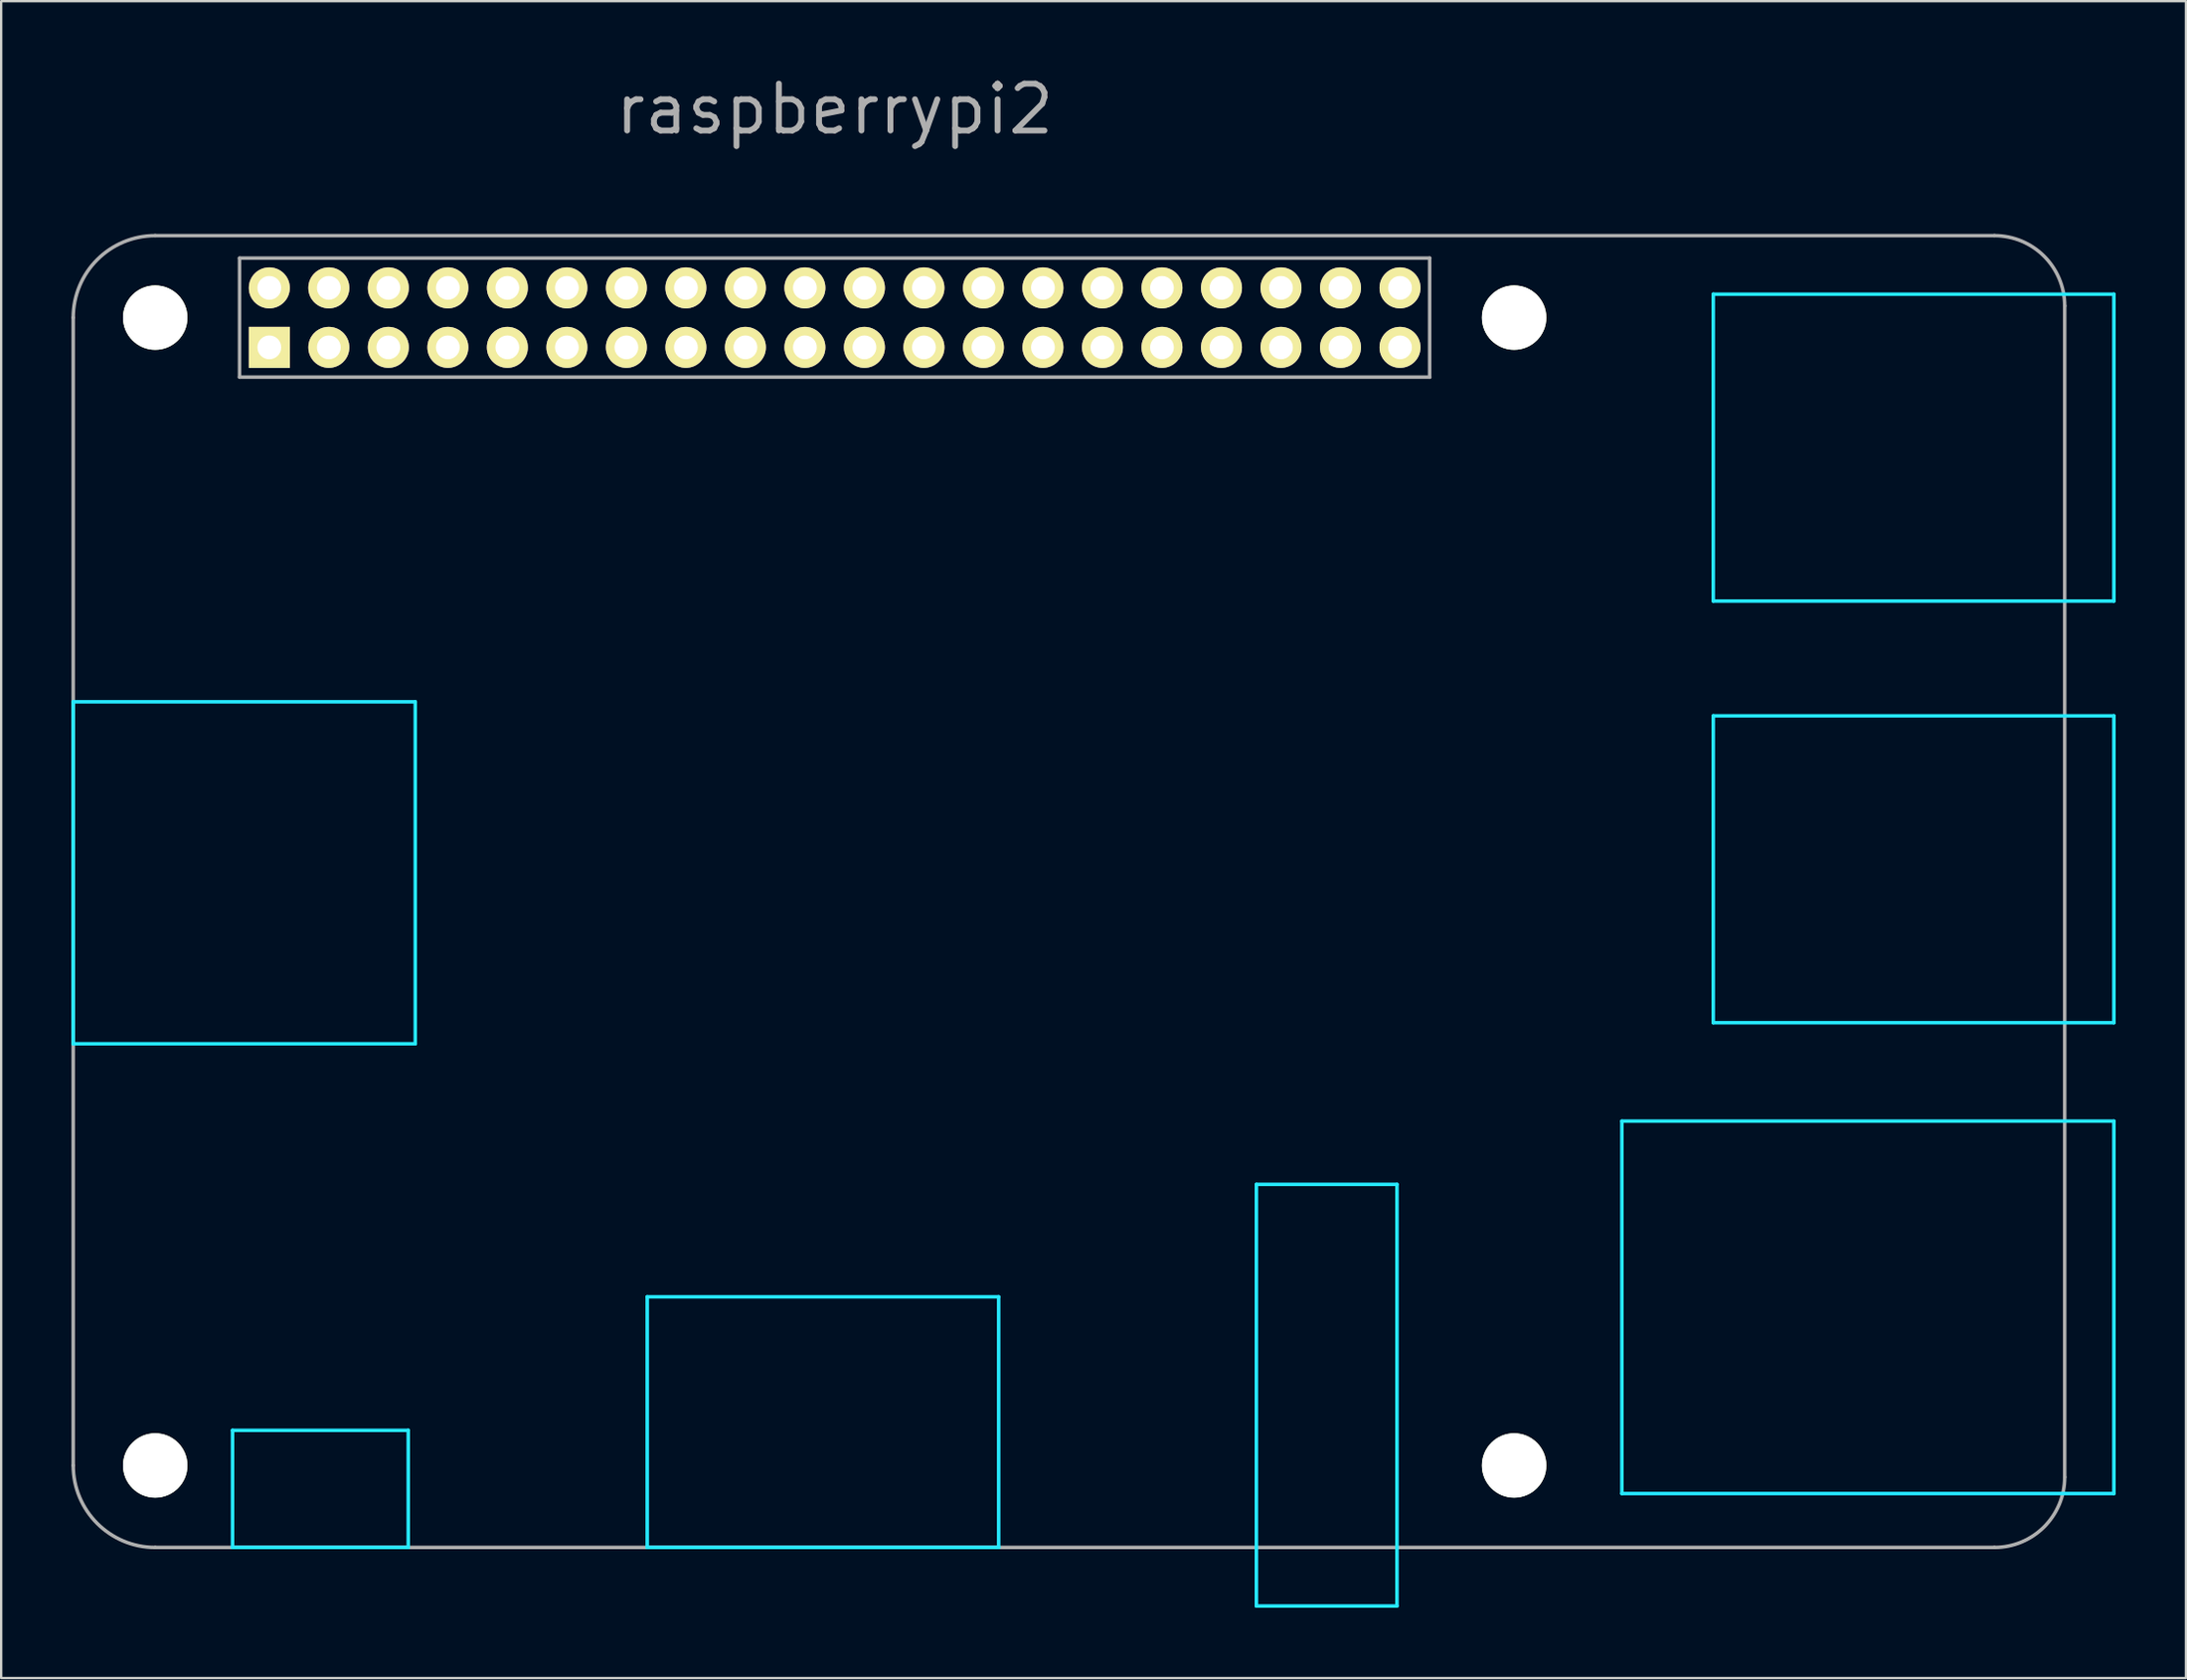
<source format=kicad_pcb>
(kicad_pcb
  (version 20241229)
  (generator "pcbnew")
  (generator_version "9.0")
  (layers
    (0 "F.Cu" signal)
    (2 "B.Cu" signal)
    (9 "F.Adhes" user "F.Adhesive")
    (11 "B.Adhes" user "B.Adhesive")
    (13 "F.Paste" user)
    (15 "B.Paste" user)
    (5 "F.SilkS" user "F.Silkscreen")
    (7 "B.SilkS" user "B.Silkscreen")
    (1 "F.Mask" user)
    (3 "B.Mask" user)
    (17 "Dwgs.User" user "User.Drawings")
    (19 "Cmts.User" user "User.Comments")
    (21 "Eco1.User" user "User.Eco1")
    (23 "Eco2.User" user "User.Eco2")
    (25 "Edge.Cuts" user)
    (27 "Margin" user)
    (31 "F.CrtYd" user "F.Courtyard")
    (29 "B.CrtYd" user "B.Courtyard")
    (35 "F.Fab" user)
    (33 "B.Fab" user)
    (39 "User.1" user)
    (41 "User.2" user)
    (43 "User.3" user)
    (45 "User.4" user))
  (footprint "raspberrypi2"
    (layer "F.Cu")
    (at 32.575 10.509)
    (property "Reference" "raspberrypi2" (at 0 -8.9 0) (layer "F.Fab") (effects (font (size 2 2) (thickness 0.25))))
    (attr through_hole)
    (fp_line (start -32.5 16.4) (end -32.5 31) (stroke (width 0.15) (type solid)) (layer "B.CrtYd"))
    (fp_line (start -25.7 52.5) (end -25.7 47.5) (stroke (width 0.15) (type solid)) (layer "B.CrtYd"))
    (fp_line (start -18.2 47.5) (end -25.7 47.5) (stroke (width 0.15) (type solid)) (layer "B.CrtYd"))
    (fp_line (start -18.2 52.5) (end -25.7 52.5) (stroke (width 0.15) (type solid)) (layer "B.CrtYd"))
    (fp_line (start -18.2 52.5) (end -18.2 47.5) (stroke (width 0.15) (type solid)) (layer "B.CrtYd"))
    (fp_line (start -17.9 16.4) (end -32.5 16.4) (stroke (width 0.15) (type solid)) (layer "B.CrtYd"))
    (fp_line (start -17.9 16.4) (end -17.9 31) (stroke (width 0.15) (type solid)) (layer "B.CrtYd"))
    (fp_line (start -17.9 31) (end -32.5 31) (stroke (width 0.15) (type solid)) (layer "B.CrtYd"))
    (fp_line (start -8 41.8) (end -8 52.5) (stroke (width 0.15) (type solid)) (layer "B.CrtYd"))
    (fp_line (start -8 41.8) (end 7 41.8) (stroke (width 0.15) (type solid)) (layer "B.CrtYd"))
    (fp_line (start 7 52.5) (end -8 52.5) (stroke (width 0.15) (type solid)) (layer "B.CrtYd"))
    (fp_line (start 7 52.5) (end 7 41.8) (stroke (width 0.15) (type solid)) (layer "B.CrtYd"))
    (fp_line (start 18 37) (end 18 55) (stroke (width 0.15) (type solid)) (layer "B.CrtYd"))
    (fp_line (start 18 55) (end 24 55) (stroke (width 0.15) (type solid)) (layer "B.CrtYd"))
    (fp_line (start 24 37) (end 18 37) (stroke (width 0.15) (type solid)) (layer "B.CrtYd"))
    (fp_line (start 24 55) (end 24 37) (stroke (width 0.15) (type solid)) (layer "B.CrtYd"))
    (fp_line (start 33.6 34.3) (end 54.6 34.3) (stroke (width 0.15) (type solid)) (layer "B.CrtYd"))
    (fp_line (start 33.6 50.2) (end 33.6 34.3) (stroke (width 0.15) (type solid)) (layer "B.CrtYd"))
    (fp_line (start 37.5 -1) (end 37.5 12.1) (stroke (width 0.15) (type solid)) (layer "B.CrtYd"))
    (fp_line (start 37.5 -1) (end 54.6 -1) (stroke (width 0.15) (type solid)) (layer "B.CrtYd"))
    (fp_line (start 37.5 17) (end 54.6 17) (stroke (width 0.15) (type solid)) (layer "B.CrtYd"))
    (fp_line (start 37.5 30.1) (end 37.5 17) (stroke (width 0.15) (type solid)) (layer "B.CrtYd"))
    (fp_line (start 54.6 12.1) (end 37.5 12.1) (stroke (width 0.15) (type solid)) (layer "B.CrtYd"))
    (fp_line (start 54.6 12.1) (end 54.6 -1) (stroke (width 0.15) (type solid)) (layer "B.CrtYd"))
    (fp_line (start 54.6 30.1) (end 37.5 30.1) (stroke (width 0.15) (type solid)) (layer "B.CrtYd"))
    (fp_line (start 54.6 30.1) (end 54.6 17) (stroke (width 0.15) (type solid)) (layer "B.CrtYd"))
    (fp_line (start 54.6 50.2) (end 33.6 50.2) (stroke (width 0.15) (type solid)) (layer "B.CrtYd"))
    (fp_line (start 54.6 50.2) (end 54.6 34.3) (stroke (width 0.15) (type solid)) (layer "B.CrtYd"))
    (fp_line (start -32.5 49) (end -32.5 0) (stroke (width 0.15) (type solid)) (layer "F.Fab"))
    (fp_line (start -29 52.5) (end 49.5 52.5) (stroke (width 0.15) (type solid)) (layer "F.Fab"))
    (fp_line (start -25.4 -2.54) (end -25.4 2.54) (stroke (width 0.15) (type solid)) (layer "F.Fab"))
    (fp_line (start -25.4 -2.54) (end 25.4 -2.54) (stroke (width 0.15) (type solid)) (layer "F.Fab"))
    (fp_line (start 25.395 2.54) (end 25.395 -2.54) (stroke (width 0.15) (type solid)) (layer "F.Fab"))
    (fp_line (start 25.4 2.54) (end -25.4 2.54) (stroke (width 0.15) (type solid)) (layer "F.Fab"))
    (fp_line (start 49.5 -3.5) (end -29 -3.5) (stroke (width 0.15) (type solid)) (layer "F.Fab"))
    (fp_line (start 52.5 49.5) (end 52.5 -0.5) (stroke (width 0.15) (type solid)) (layer "F.Fab"))
    (fp_arc (start -32.5 0) (mid -31.474874 -2.474874) (end -29 -3.5) (stroke (width 0.15) (type solid)) (layer "F.Fab"))
    (fp_arc (start -29 52.5) (mid -31.474874 51.474874) (end -32.5 49) (stroke (width 0.15) (type solid)) (layer "F.Fab"))
    (fp_arc (start 49.5 -3.5) (mid 51.62132 -2.62132) (end 52.5 -0.5) (stroke (width 0.15) (type solid)) (layer "F.Fab"))
    (fp_arc (start 52.5 49.5) (mid 51.62132 51.62132) (end 49.5 52.5) (stroke (width 0.15) (type solid)) (layer "F.Fab"))
    (pad "" np_thru_hole circle (at -29 0) (size 2.75 2.75) (drill 2.75) (layers "*.Cu" "*.Mask" "F.SilkS"))
    (pad "" np_thru_hole circle (at -29 49) (size 2.75 2.75) (drill 2.75) (layers "*.Cu" "*.Mask" "F.SilkS"))
    (pad "" np_thru_hole circle (at 29 0) (size 2.75 2.75) (drill 2.75) (layers "*.Cu" "*.Mask" "F.SilkS"))
    (pad "" np_thru_hole circle (at 29 49) (size 2.75 2.75) (drill 2.75) (layers "*.Cu" "*.Mask" "F.SilkS"))
    (pad "1" thru_hole rect (at -24.13 1.27) (size 1.75 1.75) (drill 1.016) (layers "*.Cu" "*.Mask" "F.SilkS"))
    (pad "2" thru_hole circle (at -24.13 -1.27) (size 1.75 1.75) (drill 1.016) (layers "*.Cu" "*.Mask" "F.SilkS"))
    (pad "3" thru_hole circle (at -21.59 1.27) (size 1.75 1.75) (drill 1.016) (layers "*.Cu" "*.Mask" "F.SilkS"))
    (pad "4" thru_hole circle (at -21.59 -1.27) (size 1.75 1.75) (drill 1.016) (layers "*.Cu" "*.Mask" "F.SilkS"))
    (pad "5" thru_hole circle (at -19.05 1.27) (size 1.75 1.75) (drill 1.016) (layers "*.Cu" "*.Mask" "F.SilkS"))
    (pad "6" thru_hole circle (at -19.05 -1.27) (size 1.75 1.75) (drill 1.016) (layers "*.Cu" "*.Mask" "F.SilkS"))
    (pad "7" thru_hole circle (at -16.51 1.27) (size 1.75 1.75) (drill 1.016) (layers "*.Cu" "*.Mask" "F.SilkS"))
    (pad "8" thru_hole circle (at -16.51 -1.27) (size 1.75 1.75) (drill 1.016) (layers "*.Cu" "*.Mask" "F.SilkS"))
    (pad "9" thru_hole circle (at -13.97 1.27) (size 1.75 1.75) (drill 1.016) (layers "*.Cu" "*.Mask" "F.SilkS"))
    (pad "10" thru_hole circle (at -13.97 -1.27) (size 1.75 1.75) (drill 1.016) (layers "*.Cu" "*.Mask" "F.SilkS"))
    (pad "11" thru_hole circle (at -11.43 1.27) (size 1.75 1.75) (drill 1.016) (layers "*.Cu" "*.Mask" "F.SilkS"))
    (pad "12" thru_hole circle (at -11.43 -1.27) (size 1.75 1.75) (drill 1.016) (layers "*.Cu" "*.Mask" "F.SilkS"))
    (pad "13" thru_hole circle (at -8.89 1.27) (size 1.75 1.75) (drill 1.016) (layers "*.Cu" "*.Mask" "F.SilkS"))
    (pad "14" thru_hole circle (at -8.89 -1.27) (size 1.75 1.75) (drill 1.016) (layers "*.Cu" "*.Mask" "F.SilkS"))
    (pad "15" thru_hole circle (at -6.35 1.27) (size 1.75 1.75) (drill 1.016) (layers "*.Cu" "*.Mask" "F.SilkS"))
    (pad "16" thru_hole circle (at -6.35 -1.27) (size 1.75 1.75) (drill 1.016) (layers "*.Cu" "*.Mask" "F.SilkS"))
    (pad "17" thru_hole circle (at -3.81 1.27) (size 1.75 1.75) (drill 1.016) (layers "*.Cu" "*.Mask" "F.SilkS"))
    (pad "18" thru_hole circle (at -3.81 -1.27) (size 1.75 1.75) (drill 1.016) (layers "*.Cu" "*.Mask" "F.SilkS"))
    (pad "19" thru_hole circle (at -1.27 1.27) (size 1.75 1.75) (drill 1.016) (layers "*.Cu" "*.Mask" "F.SilkS"))
    (pad "20" thru_hole circle (at -1.27 -1.27) (size 1.75 1.75) (drill 1.016) (layers "*.Cu" "*.Mask" "F.SilkS"))
    (pad "21" thru_hole circle (at 1.27 1.27) (size 1.75 1.75) (drill 1.016) (layers "*.Cu" "*.Mask" "F.SilkS"))
    (pad "22" thru_hole circle (at 1.27 -1.27) (size 1.75 1.75) (drill 1.016) (layers "*.Cu" "*.Mask" "F.SilkS"))
    (pad "23" thru_hole circle (at 3.81 1.27) (size 1.75 1.75) (drill 1.016) (layers "*.Cu" "*.Mask" "F.SilkS"))
    (pad "24" thru_hole circle (at 3.81 -1.27) (size 1.75 1.75) (drill 1.016) (layers "*.Cu" "*.Mask" "F.SilkS"))
    (pad "25" thru_hole circle (at 6.35 1.27) (size 1.75 1.75) (drill 1.016) (layers "*.Cu" "*.Mask" "F.SilkS"))
    (pad "26" thru_hole circle (at 6.35 -1.27) (size 1.75 1.75) (drill 1.016) (layers "*.Cu" "*.Mask" "F.SilkS"))
    (pad "27" thru_hole circle (at 8.89 1.27) (size 1.75 1.75) (drill 1.016) (layers "*.Cu" "*.Mask" "F.SilkS"))
    (pad "28" thru_hole circle (at 8.89 -1.27) (size 1.75 1.75) (drill 1.016) (layers "*.Cu" "*.Mask" "F.SilkS"))
    (pad "29" thru_hole circle (at 11.43 1.27) (size 1.75 1.75) (drill 1.016) (layers "*.Cu" "*.Mask" "F.SilkS"))
    (pad "30" thru_hole circle (at 11.43 -1.27) (size 1.75 1.75) (drill 1.016) (layers "*.Cu" "*.Mask" "F.SilkS"))
    (pad "31" thru_hole circle (at 13.97 1.27) (size 1.75 1.75) (drill 1.016) (layers "*.Cu" "*.Mask" "F.SilkS"))
    (pad "32" thru_hole circle (at 13.97 -1.27) (size 1.75 1.75) (drill 1.016) (layers "*.Cu" "*.Mask" "F.SilkS"))
    (pad "33" thru_hole circle (at 16.51 1.27) (size 1.75 1.75) (drill 1.016) (layers "*.Cu" "*.Mask" "F.SilkS"))
    (pad "34" thru_hole circle (at 16.51 -1.27) (size 1.75 1.75) (drill 1.016) (layers "*.Cu" "*.Mask" "F.SilkS"))
    (pad "35" thru_hole circle (at 19.05 1.27) (size 1.75 1.75) (drill 1.016) (layers "*.Cu" "*.Mask" "F.SilkS"))
    (pad "36" thru_hole circle (at 19.05 -1.27) (size 1.75 1.75) (drill 1.016) (layers "*.Cu" "*.Mask" "F.SilkS"))
    (pad "37" thru_hole circle (at 21.59 1.27) (size 1.75 1.75) (drill 1.016) (layers "*.Cu" "*.Mask" "F.SilkS"))
    (pad "38" thru_hole circle (at 21.59 -1.27) (size 1.75 1.75) (drill 1.016) (layers "*.Cu" "*.Mask" "F.SilkS"))
    (pad "39" thru_hole circle (at 24.13 1.27) (size 1.75 1.75) (drill 1.016) (layers "*.Cu" "*.Mask" "F.SilkS"))
    (pad "40" thru_hole circle (at 24.13 -1.27) (size 1.75 1.75) (drill 1.016) (layers "*.Cu" "*.Mask" "F.SilkS")))
  (gr_rect
    (start -3 -3)
    (end 90.25 68.584)
    (stroke (width 0.1) (type default))
    (fill no)
    (layer "Edge.Cuts")))
</source>
